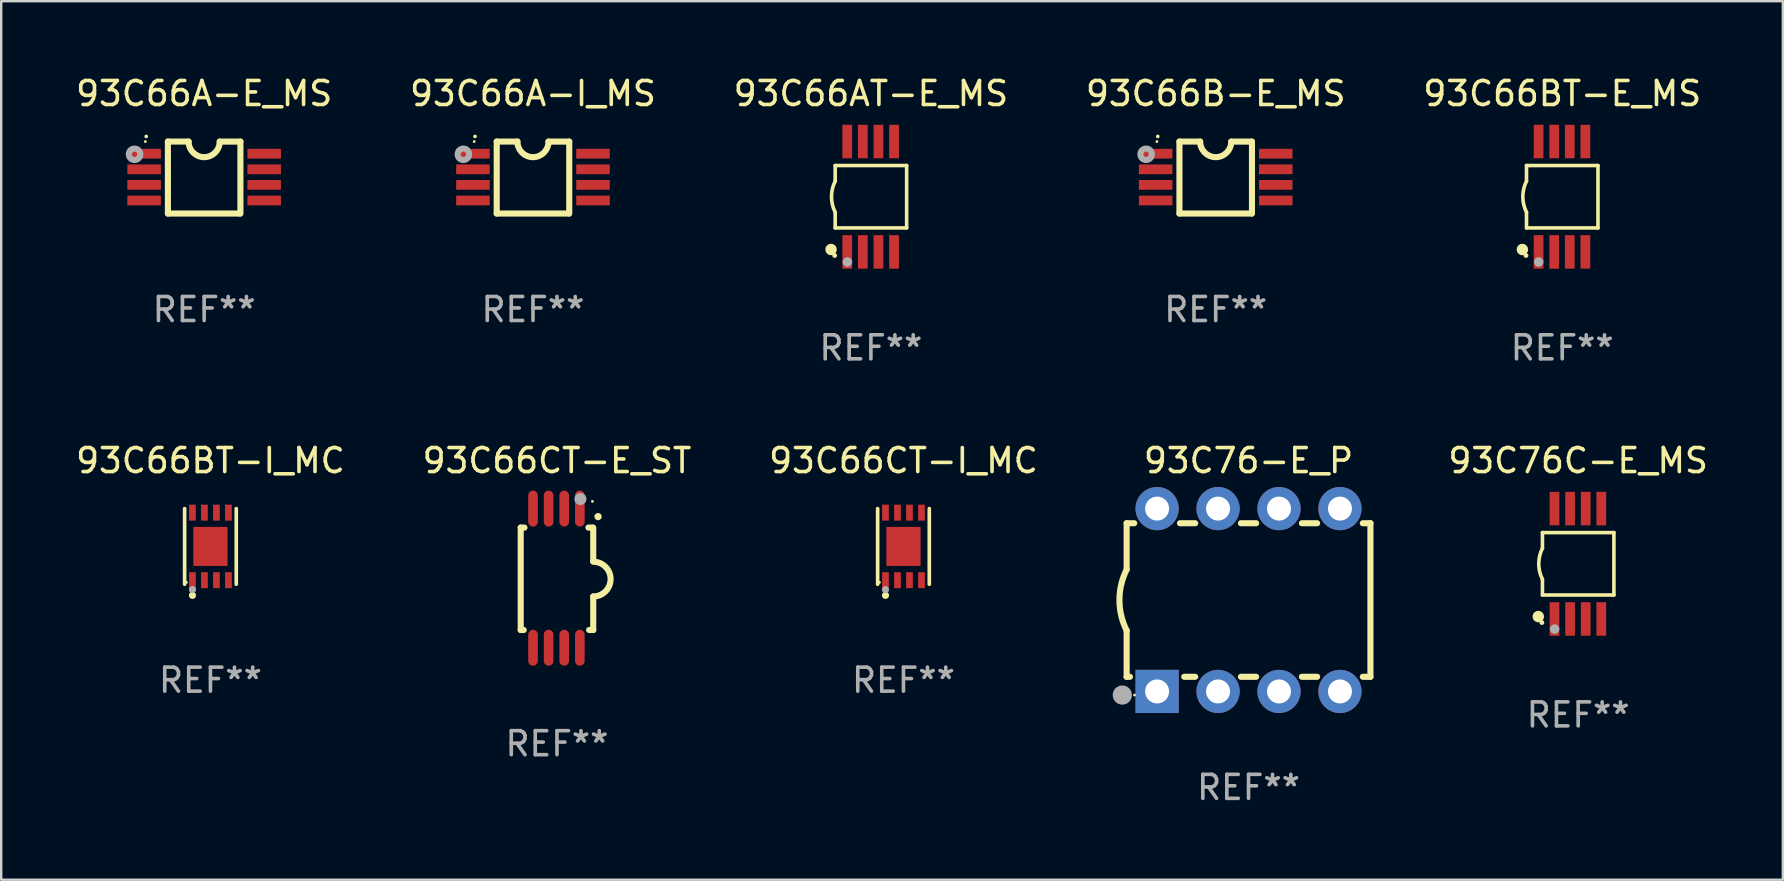
<source format=kicad_pcb>
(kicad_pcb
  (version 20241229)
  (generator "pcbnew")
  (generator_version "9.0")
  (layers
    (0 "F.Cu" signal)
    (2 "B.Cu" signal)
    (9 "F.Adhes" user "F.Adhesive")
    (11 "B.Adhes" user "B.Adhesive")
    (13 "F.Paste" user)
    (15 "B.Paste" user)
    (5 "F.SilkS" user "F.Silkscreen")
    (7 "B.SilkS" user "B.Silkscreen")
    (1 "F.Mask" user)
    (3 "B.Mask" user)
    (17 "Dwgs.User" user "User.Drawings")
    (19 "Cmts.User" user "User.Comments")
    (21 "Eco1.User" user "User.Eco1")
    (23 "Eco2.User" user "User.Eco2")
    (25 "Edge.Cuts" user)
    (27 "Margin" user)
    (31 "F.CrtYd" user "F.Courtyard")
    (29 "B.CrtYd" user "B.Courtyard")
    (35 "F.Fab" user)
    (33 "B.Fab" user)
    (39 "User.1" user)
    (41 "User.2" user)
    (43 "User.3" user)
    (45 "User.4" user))
  (footprint "93C76-E_P"
    (layer "F.Cu")
    (at 48.981 21.955)
    (property "Reference" "93C76-E_P" (at 0 -5.81 0) (layer "F.SilkS") (effects (font (size 1 1) (thickness 0.15))))
    (attr through_hole)
    (fp_line (start -5.08 -3.2) (end -4.762 -3.2) (stroke (width 0.254) (type solid)) (layer "F.SilkS"))
    (fp_line (start -5.08 -1.27) (end -5.08 -3.2) (stroke (width 0.254) (type solid)) (layer "F.SilkS"))
    (fp_line (start -5.08 3.2) (end -5.08 1.27) (stroke (width 0.254) (type solid)) (layer "F.SilkS"))
    (fp_line (start -5.08 3.2) (end -4.941 3.2) (stroke (width 0.254) (type solid)) (layer "F.SilkS"))
    (fp_line (start -2.858 -3.2) (end -2.222 -3.2) (stroke (width 0.254) (type solid)) (layer "F.SilkS"))
    (fp_line (start -2.679 3.2) (end -2.222 3.2) (stroke (width 0.254) (type solid)) (layer "F.SilkS"))
    (fp_line (start -0.318 -3.2) (end 0.318 -3.2) (stroke (width 0.254) (type solid)) (layer "F.SilkS"))
    (fp_line (start -0.318 3.2) (end 0.318 3.2) (stroke (width 0.254) (type solid)) (layer "F.SilkS"))
    (fp_line (start 2.222 -3.2) (end 2.858 -3.2) (stroke (width 0.254) (type solid)) (layer "F.SilkS"))
    (fp_line (start 2.222 3.2) (end 2.858 3.2) (stroke (width 0.254) (type solid)) (layer "F.SilkS"))
    (fp_line (start 4.762 -3.2) (end 5.08 -3.2) (stroke (width 0.254) (type solid)) (layer "F.SilkS"))
    (fp_line (start 4.762 3.2) (end 5.08 3.2) (stroke (width 0.254) (type solid)) (layer "F.SilkS"))
    (fp_line (start 5.08 3.2) (end 5.08 -3.2) (stroke (width 0.254) (type solid)) (layer "F.SilkS"))
    (fp_arc (start -5.080011 1.270002) (mid -5.379818 -0.000001) (end -5.08001 -1.270003) (stroke (width 0.254001) (type solid)) (layer "F.SilkS"))
    (fp_circle (center -4.75 3.96) (end -4.72 3.96) (stroke (width 0.06) (type solid)) (fill no) (layer "F.SilkS"))
    (fp_circle (center -5.26 3.96) (end -5.06 3.96) (stroke (width 0.4) (type solid)) (fill no) (layer "F.Fab"))
    (fp_text user "REF**" (at 0 7.81 0) (layer "F.Fab") (effects (font (size 1 1) (thickness 0.15))))
    (pad "1" thru_hole rect (at -3.81 3.81) (size 1.8 1.8) (drill 1) (layers "*.Cu" "*.Mask"))
    (pad "2" thru_hole circle (at -1.27 3.81) (size 1.8 1.8) (drill 1) (layers "*.Cu" "*.Mask"))
    (pad "3" thru_hole circle (at 1.27 3.81) (size 1.8 1.8) (drill 1) (layers "*.Cu" "*.Mask"))
    (pad "4" thru_hole circle (at 3.81 3.81) (size 1.8 1.8) (drill 1) (layers "*.Cu" "*.Mask"))
    (pad "5" thru_hole circle (at 3.81 -3.81) (size 1.8 1.8) (drill 1) (layers "*.Cu" "*.Mask"))
    (pad "6" thru_hole circle (at 1.27 -3.81) (size 1.8 1.8) (drill 1) (layers "*.Cu" "*.Mask"))
    (pad "7" thru_hole circle (at -1.27 -3.81) (size 1.8 1.8) (drill 1) (layers "*.Cu" "*.Mask"))
    (pad "8" thru_hole circle (at -3.81 -3.81) (size 1.8 1.8) (drill 1) (layers "*.Cu" "*.Mask")))
  (footprint "93C66BT-E_MS"
    (layer "F.Cu")
    (at 62.054 5.148)
    (property "Reference" "93C66BT-E_MS" (at 0 -4.3 0) (layer "F.SilkS") (effects (font (size 1 1) (thickness 0.15))))
    (attr through_hole)
    (fp_line (start -1.489 -1.3) (end -1.489 -0.648) (stroke (width 0.15) (type solid)) (layer "F.SilkS"))
    (fp_line (start -1.489 0.648) (end -1.489 1.3) (stroke (width 0.15) (type solid)) (layer "F.SilkS"))
    (fp_line (start -1.489 1.3) (end 1.489 1.3) (stroke (width 0.15) (type solid)) (layer "F.SilkS"))
    (fp_line (start 1.489 -1.3) (end -1.489 -1.3) (stroke (width 0.15) (type solid)) (layer "F.SilkS"))
    (fp_line (start 1.489 1.3) (end 1.489 -1.3) (stroke (width 0.15) (type solid)) (layer "F.SilkS"))
    (fp_arc (start -1.489205 0.647702) (mid -1.642107 0) (end -1.489205 -0.647701) (stroke (width 0.150013) (type solid)) (layer "F.SilkS"))
    (fp_circle (center -1.661 2.2) (end -1.541 2.2) (stroke (width 0.24) (type solid)) (fill no) (layer "F.SilkS"))
    (fp_circle (center -1.511 2.45) (end -1.461 2.45) (stroke (width 0.1) (type solid)) (fill no) (layer "F.SilkS"))
    (fp_circle (center -0.981 2.72) (end -0.881 2.72) (stroke (width 0.2) (type solid)) (fill no) (layer "F.Fab"))
    (fp_text user "REF**" (at 0 6.3 0) (layer "F.Fab") (effects (font (size 1 1) (thickness 0.15))))
    (pad "1" smd rect (at -0.986 2.3) (size 0.406 1.397) (layers "F.Cu" "F.Mask" "F.Paste"))
    (pad "2" smd rect (at -0.336 2.3) (size 0.406 1.397) (layers "F.Cu" "F.Mask" "F.Paste"))
    (pad "3" smd rect (at 0.314 2.3) (size 0.406 1.397) (layers "F.Cu" "F.Mask" "F.Paste"))
    (pad "4" smd rect (at 0.964 2.3) (size 0.406 1.397) (layers "F.Cu" "F.Mask" "F.Paste"))
    (pad "5" smd rect (at 0.964 -2.3) (size 0.406 1.397) (layers "F.Cu" "F.Mask" "F.Paste"))
    (pad "6" smd rect (at 0.314 -2.3) (size 0.406 1.397) (layers "F.Cu" "F.Mask" "F.Paste"))
    (pad "7" smd rect (at -0.336 -2.3) (size 0.406 1.397) (layers "F.Cu" "F.Mask" "F.Paste"))
    (pad "8" smd rect (at -0.986 -2.3) (size 0.406 1.397) (layers "F.Cu" "F.Mask" "F.Paste")))
  (footprint "93C66A-I_MS"
    (layer "F.Cu")
    (at 19.161 4.35)
    (property "Reference" "93C66A-I_MS" (at 0 -3.501 0) (layer "F.SilkS") (effects (font (size 1 1) (thickness 0.15))))
    (attr through_hole)
    (fp_line (start -1.511 -1.501) (end -1.511 1.499) (stroke (width 0.254) (type solid)) (layer "F.SilkS"))
    (fp_line (start -1.511 -1.501) (end -0.648 -1.501) (stroke (width 0.254) (type solid)) (layer "F.SilkS"))
    (fp_line (start -1.511 1.499) (end 1.489 1.499) (stroke (width 0.254) (type solid)) (layer "F.SilkS"))
    (fp_line (start 0.648 -1.499) (end 1.511 -1.499) (stroke (width 0.254) (type solid)) (layer "F.SilkS"))
    (fp_line (start 1.511 -1.499) (end 1.511 1.501) (stroke (width 0.254) (type solid)) (layer "F.SilkS"))
    (fp_arc (start -2.41491 -1.713233) (mid -2.414916 -1.714503) (end -2.41491 -1.715773) (stroke (width 0.150013) (type solid)) (layer "F.SilkS"))
    (fp_arc (start 0.647803 -1.498603) (mid 0.000102 -0.850902) (end -0.647599 -1.498603) (stroke (width 0.254001) (type solid)) (layer "F.SilkS"))
    (fp_circle (center -2.45 -1.501) (end -2.42 -1.501) (stroke (width 0.06) (type solid)) (fill no) (layer "F.SilkS"))
    (fp_circle (center -2.9 -0.97) (end -2.788 -0.97) (stroke (width 0.254) (type solid)) (fill no) (layer "F.Fab"))
    (fp_text user "REF**" (at 0 5.501 0) (layer "F.Fab") (effects (font (size 1 1) (thickness 0.15))))
    (pad "1" smd rect (at -2.502 -0.995) (size 1.397 0.406) (layers "F.Cu" "F.Mask" "F.Paste"))
    (pad "2" smd rect (at -2.502 -0.345) (size 1.397 0.406) (layers "F.Cu" "F.Mask" "F.Paste"))
    (pad "3" smd rect (at -2.502 0.305) (size 1.397 0.406) (layers "F.Cu" "F.Mask" "F.Paste"))
    (pad "4" smd rect (at -2.502 0.955) (size 1.397 0.406) (layers "F.Cu" "F.Mask" "F.Paste"))
    (pad "5" smd rect (at 2.502 0.955) (size 1.397 0.406) (layers "F.Cu" "F.Mask" "F.Paste"))
    (pad "6" smd rect (at 2.502 0.305) (size 1.397 0.406) (layers "F.Cu" "F.Mask" "F.Paste"))
    (pad "7" smd rect (at 2.502 -0.345) (size 1.397 0.406) (layers "F.Cu" "F.Mask" "F.Paste"))
    (pad "8" smd rect (at 2.502 -0.995) (size 1.397 0.406) (layers "F.Cu" "F.Mask" "F.Paste")))
  (footprint "93C66CT-I_MC"
    (layer "F.Cu")
    (at 34.601 19.721)
    (property "Reference" "93C66CT-I_MC" (at 0 -3.576 0) (layer "F.SilkS") (effects (font (size 1 1) (thickness 0.15))))
    (attr through_hole)
    (fp_line (start -1.076 1.576) (end -1.076 -1.576) (stroke (width 0.152) (type solid)) (layer "F.SilkS"))
    (fp_line (start 1.076 1.576) (end 1.076 -1.576) (stroke (width 0.152) (type solid)) (layer "F.SilkS"))
    (fp_circle (center -1 1.5) (end -0.97 1.5) (stroke (width 0.06) (type solid)) (fill no) (layer "F.SilkS"))
    (fp_circle (center -0.75 2.04) (end -0.675 2.04) (stroke (width 0.15) (type solid)) (fill no) (layer "F.SilkS"))
    (fp_circle (center -0.75 1.8) (end -0.675 1.8) (stroke (width 0.15) (type solid)) (fill no) (layer "F.Fab"))
    (fp_text user "REF**" (at 0 5.576 0) (layer "F.Fab") (effects (font (size 1 1) (thickness 0.15))))
    (pad "1" smd rect (at -0.75 1.407) (size 0.28 0.665) (layers "F.Cu" "F.Mask" "F.Paste"))
    (pad "2" smd rect (at -0.25 1.407) (size 0.28 0.665) (layers "F.Cu" "F.Mask" "F.Paste"))
    (pad "3" smd rect (at 0.25 1.407) (size 0.28 0.665) (layers "F.Cu" "F.Mask" "F.Paste"))
    (pad "4" smd rect (at 0.75 1.407) (size 0.28 0.665) (layers "F.Cu" "F.Mask" "F.Paste"))
    (pad "5" smd rect (at 0.75 -1.407) (size 0.28 0.665) (layers "F.Cu" "F.Mask" "F.Paste"))
    (pad "6" smd rect (at 0.25 -1.407) (size 0.28 0.665) (layers "F.Cu" "F.Mask" "F.Paste"))
    (pad "7" smd rect (at -0.25 -1.407) (size 0.28 0.665) (layers "F.Cu" "F.Mask" "F.Paste"))
    (pad "8" smd rect (at -0.75 -1.407) (size 0.28 0.665) (layers "F.Cu" "F.Mask" "F.Paste"))
    (pad "9" smd rect (at 0 0) (size 1.425 1.625) (layers "F.Cu" "F.Mask" "F.Paste")))
  (footprint "93C76C-E_MS"
    (layer "F.Cu")
    (at 62.718 20.445)
    (property "Reference" "93C76C-E_MS" (at 0 -4.3 0) (layer "F.SilkS") (effects (font (size 1 1) (thickness 0.15))))
    (attr through_hole)
    (fp_line (start -1.489 -1.3) (end -1.489 -0.648) (stroke (width 0.15) (type solid)) (layer "F.SilkS"))
    (fp_line (start -1.489 0.648) (end -1.489 1.3) (stroke (width 0.15) (type solid)) (layer "F.SilkS"))
    (fp_line (start -1.489 1.3) (end 1.489 1.3) (stroke (width 0.15) (type solid)) (layer "F.SilkS"))
    (fp_line (start 1.489 -1.3) (end -1.489 -1.3) (stroke (width 0.15) (type solid)) (layer "F.SilkS"))
    (fp_line (start 1.489 1.3) (end 1.489 -1.3) (stroke (width 0.15) (type solid)) (layer "F.SilkS"))
    (fp_arc (start -1.489205 0.647702) (mid -1.642107 0) (end -1.489205 -0.647701) (stroke (width 0.150013) (type solid)) (layer "F.SilkS"))
    (fp_circle (center -1.661 2.2) (end -1.541 2.2) (stroke (width 0.24) (type solid)) (fill no) (layer "F.SilkS"))
    (fp_circle (center -1.511 2.45) (end -1.461 2.45) (stroke (width 0.1) (type solid)) (fill no) (layer "F.SilkS"))
    (fp_circle (center -0.981 2.72) (end -0.881 2.72) (stroke (width 0.2) (type solid)) (fill no) (layer "F.Fab"))
    (fp_text user "REF**" (at 0 6.3 0) (layer "F.Fab") (effects (font (size 1 1) (thickness 0.15))))
    (pad "1" smd rect (at -0.986 2.3) (size 0.406 1.397) (layers "F.Cu" "F.Mask" "F.Paste"))
    (pad "2" smd rect (at -0.336 2.3) (size 0.406 1.397) (layers "F.Cu" "F.Mask" "F.Paste"))
    (pad "3" smd rect (at 0.314 2.3) (size 0.406 1.397) (layers "F.Cu" "F.Mask" "F.Paste"))
    (pad "4" smd rect (at 0.964 2.3) (size 0.406 1.397) (layers "F.Cu" "F.Mask" "F.Paste"))
    (pad "5" smd rect (at 0.964 -2.3) (size 0.406 1.397) (layers "F.Cu" "F.Mask" "F.Paste"))
    (pad "6" smd rect (at 0.314 -2.3) (size 0.406 1.397) (layers "F.Cu" "F.Mask" "F.Paste"))
    (pad "7" smd rect (at -0.336 -2.3) (size 0.406 1.397) (layers "F.Cu" "F.Mask" "F.Paste"))
    (pad "8" smd rect (at -0.986 -2.3) (size 0.406 1.397) (layers "F.Cu" "F.Mask" "F.Paste")))
  (footprint "93C66A-E_MS"
    (layer "F.Cu")
    (at 5.458 4.35)
    (property "Reference" "93C66A-E_MS" (at 0 -3.501 0) (layer "F.SilkS") (effects (font (size 1 1) (thickness 0.15))))
    (attr through_hole)
    (fp_line (start -1.511 -1.501) (end -1.511 1.499) (stroke (width 0.254) (type solid)) (layer "F.SilkS"))
    (fp_line (start -1.511 -1.501) (end -0.648 -1.501) (stroke (width 0.254) (type solid)) (layer "F.SilkS"))
    (fp_line (start -1.511 1.499) (end 1.489 1.499) (stroke (width 0.254) (type solid)) (layer "F.SilkS"))
    (fp_line (start 0.648 -1.499) (end 1.511 -1.499) (stroke (width 0.254) (type solid)) (layer "F.SilkS"))
    (fp_line (start 1.511 -1.499) (end 1.511 1.501) (stroke (width 0.254) (type solid)) (layer "F.SilkS"))
    (fp_arc (start -2.41491 -1.713233) (mid -2.414916 -1.714503) (end -2.41491 -1.715773) (stroke (width 0.150013) (type solid)) (layer "F.SilkS"))
    (fp_arc (start 0.647803 -1.498603) (mid 0.000102 -0.850902) (end -0.647599 -1.498603) (stroke (width 0.254001) (type solid)) (layer "F.SilkS"))
    (fp_circle (center -2.45 -1.501) (end -2.42 -1.501) (stroke (width 0.06) (type solid)) (fill no) (layer "F.SilkS"))
    (fp_circle (center -2.9 -0.97) (end -2.788 -0.97) (stroke (width 0.254) (type solid)) (fill no) (layer "F.Fab"))
    (fp_text user "REF**" (at 0 5.501 0) (layer "F.Fab") (effects (font (size 1 1) (thickness 0.15))))
    (pad "1" smd rect (at -2.502 -0.995) (size 1.397 0.406) (layers "F.Cu" "F.Mask" "F.Paste"))
    (pad "2" smd rect (at -2.502 -0.345) (size 1.397 0.406) (layers "F.Cu" "F.Mask" "F.Paste"))
    (pad "3" smd rect (at -2.502 0.305) (size 1.397 0.406) (layers "F.Cu" "F.Mask" "F.Paste"))
    (pad "4" smd rect (at -2.502 0.955) (size 1.397 0.406) (layers "F.Cu" "F.Mask" "F.Paste"))
    (pad "5" smd rect (at 2.502 0.955) (size 1.397 0.406) (layers "F.Cu" "F.Mask" "F.Paste"))
    (pad "6" smd rect (at 2.502 0.305) (size 1.397 0.406) (layers "F.Cu" "F.Mask" "F.Paste"))
    (pad "7" smd rect (at 2.502 -0.345) (size 1.397 0.406) (layers "F.Cu" "F.Mask" "F.Paste"))
    (pad "8" smd rect (at 2.502 -0.995) (size 1.397 0.406) (layers "F.Cu" "F.Mask" "F.Paste")))
  (footprint "93C66B-E_MS"
    (layer "F.Cu")
    (at 47.613 4.35)
    (property "Reference" "93C66B-E_MS" (at 0 -3.501 0) (layer "F.SilkS") (effects (font (size 1 1) (thickness 0.15))))
    (attr through_hole)
    (fp_line (start -1.511 -1.501) (end -1.511 1.499) (stroke (width 0.254) (type solid)) (layer "F.SilkS"))
    (fp_line (start -1.511 -1.501) (end -0.648 -1.501) (stroke (width 0.254) (type solid)) (layer "F.SilkS"))
    (fp_line (start -1.511 1.499) (end 1.489 1.499) (stroke (width 0.254) (type solid)) (layer "F.SilkS"))
    (fp_line (start 0.648 -1.499) (end 1.511 -1.499) (stroke (width 0.254) (type solid)) (layer "F.SilkS"))
    (fp_line (start 1.511 -1.499) (end 1.511 1.501) (stroke (width 0.254) (type solid)) (layer "F.SilkS"))
    (fp_arc (start -2.41491 -1.713233) (mid -2.414916 -1.714503) (end -2.41491 -1.715773) (stroke (width 0.150013) (type solid)) (layer "F.SilkS"))
    (fp_arc (start 0.647803 -1.498603) (mid 0.000102 -0.850902) (end -0.647599 -1.498603) (stroke (width 0.254001) (type solid)) (layer "F.SilkS"))
    (fp_circle (center -2.45 -1.501) (end -2.42 -1.501) (stroke (width 0.06) (type solid)) (fill no) (layer "F.SilkS"))
    (fp_circle (center -2.9 -0.97) (end -2.788 -0.97) (stroke (width 0.254) (type solid)) (fill no) (layer "F.Fab"))
    (fp_text user "REF**" (at 0 5.501 0) (layer "F.Fab") (effects (font (size 1 1) (thickness 0.15))))
    (pad "1" smd rect (at -2.502 -0.995) (size 1.397 0.406) (layers "F.Cu" "F.Mask" "F.Paste"))
    (pad "2" smd rect (at -2.502 -0.345) (size 1.397 0.406) (layers "F.Cu" "F.Mask" "F.Paste"))
    (pad "3" smd rect (at -2.502 0.305) (size 1.397 0.406) (layers "F.Cu" "F.Mask" "F.Paste"))
    (pad "4" smd rect (at -2.502 0.955) (size 1.397 0.406) (layers "F.Cu" "F.Mask" "F.Paste"))
    (pad "5" smd rect (at 2.502 0.955) (size 1.397 0.406) (layers "F.Cu" "F.Mask" "F.Paste"))
    (pad "6" smd rect (at 2.502 0.305) (size 1.397 0.406) (layers "F.Cu" "F.Mask" "F.Paste"))
    (pad "7" smd rect (at 2.502 -0.345) (size 1.397 0.406) (layers "F.Cu" "F.Mask" "F.Paste"))
    (pad "8" smd rect (at 2.502 -0.995) (size 1.397 0.406) (layers "F.Cu" "F.Mask" "F.Paste")))
  (footprint "93C66AT-E_MS"
    (layer "F.Cu")
    (at 33.244 5.148)
    (property "Reference" "93C66AT-E_MS" (at 0 -4.3 0) (layer "F.SilkS") (effects (font (size 1 1) (thickness 0.15))))
    (attr through_hole)
    (fp_line (start -1.489 -1.3) (end -1.489 -0.648) (stroke (width 0.15) (type solid)) (layer "F.SilkS"))
    (fp_line (start -1.489 0.648) (end -1.489 1.3) (stroke (width 0.15) (type solid)) (layer "F.SilkS"))
    (fp_line (start -1.489 1.3) (end 1.489 1.3) (stroke (width 0.15) (type solid)) (layer "F.SilkS"))
    (fp_line (start 1.489 -1.3) (end -1.489 -1.3) (stroke (width 0.15) (type solid)) (layer "F.SilkS"))
    (fp_line (start 1.489 1.3) (end 1.489 -1.3) (stroke (width 0.15) (type solid)) (layer "F.SilkS"))
    (fp_arc (start -1.489205 0.647702) (mid -1.642107 0) (end -1.489205 -0.647701) (stroke (width 0.150013) (type solid)) (layer "F.SilkS"))
    (fp_circle (center -1.661 2.2) (end -1.541 2.2) (stroke (width 0.24) (type solid)) (fill no) (layer "F.SilkS"))
    (fp_circle (center -1.511 2.45) (end -1.461 2.45) (stroke (width 0.1) (type solid)) (fill no) (layer "F.SilkS"))
    (fp_circle (center -0.981 2.72) (end -0.881 2.72) (stroke (width 0.2) (type solid)) (fill no) (layer "F.Fab"))
    (fp_text user "REF**" (at 0 6.3 0) (layer "F.Fab") (effects (font (size 1 1) (thickness 0.15))))
    (pad "1" smd rect (at -0.986 2.3) (size 0.406 1.397) (layers "F.Cu" "F.Mask" "F.Paste"))
    (pad "2" smd rect (at -0.336 2.3) (size 0.406 1.397) (layers "F.Cu" "F.Mask" "F.Paste"))
    (pad "3" smd rect (at 0.314 2.3) (size 0.406 1.397) (layers "F.Cu" "F.Mask" "F.Paste"))
    (pad "4" smd rect (at 0.964 2.3) (size 0.406 1.397) (layers "F.Cu" "F.Mask" "F.Paste"))
    (pad "5" smd rect (at 0.964 -2.3) (size 0.406 1.397) (layers "F.Cu" "F.Mask" "F.Paste"))
    (pad "6" smd rect (at 0.314 -2.3) (size 0.406 1.397) (layers "F.Cu" "F.Mask" "F.Paste"))
    (pad "7" smd rect (at -0.336 -2.3) (size 0.406 1.397) (layers "F.Cu" "F.Mask" "F.Paste"))
    (pad "8" smd rect (at -0.986 -2.3) (size 0.406 1.397) (layers "F.Cu" "F.Mask" "F.Paste")))
  (footprint "93C66BT-I_MC"
    (layer "F.Cu")
    (at 5.72 19.721)
    (property "Reference" "93C66BT-I_MC" (at 0 -3.576 0) (layer "F.SilkS") (effects (font (size 1 1) (thickness 0.15))))
    (attr through_hole)
    (fp_line (start -1.076 1.576) (end -1.076 -1.576) (stroke (width 0.152) (type solid)) (layer "F.SilkS"))
    (fp_line (start 1.076 1.576) (end 1.076 -1.576) (stroke (width 0.152) (type solid)) (layer "F.SilkS"))
    (fp_circle (center -1 1.5) (end -0.97 1.5) (stroke (width 0.06) (type solid)) (fill no) (layer "F.SilkS"))
    (fp_circle (center -0.75 2.04) (end -0.675 2.04) (stroke (width 0.15) (type solid)) (fill no) (layer "F.SilkS"))
    (fp_circle (center -0.75 1.8) (end -0.675 1.8) (stroke (width 0.15) (type solid)) (fill no) (layer "F.Fab"))
    (fp_text user "REF**" (at 0 5.576 0) (layer "F.Fab") (effects (font (size 1 1) (thickness 0.15))))
    (pad "1" smd rect (at -0.75 1.407) (size 0.28 0.665) (layers "F.Cu" "F.Mask" "F.Paste"))
    (pad "2" smd rect (at -0.25 1.407) (size 0.28 0.665) (layers "F.Cu" "F.Mask" "F.Paste"))
    (pad "3" smd rect (at 0.25 1.407) (size 0.28 0.665) (layers "F.Cu" "F.Mask" "F.Paste"))
    (pad "4" smd rect (at 0.75 1.407) (size 0.28 0.665) (layers "F.Cu" "F.Mask" "F.Paste"))
    (pad "5" smd rect (at 0.75 -1.407) (size 0.28 0.665) (layers "F.Cu" "F.Mask" "F.Paste"))
    (pad "6" smd rect (at 0.25 -1.407) (size 0.28 0.665) (layers "F.Cu" "F.Mask" "F.Paste"))
    (pad "7" smd rect (at -0.25 -1.407) (size 0.28 0.665) (layers "F.Cu" "F.Mask" "F.Paste"))
    (pad "8" smd rect (at -0.75 -1.407) (size 0.28 0.665) (layers "F.Cu" "F.Mask" "F.Paste"))
    (pad "9" smd rect (at 0 0) (size 1.425 1.625) (layers "F.Cu" "F.Mask" "F.Paste")))
  (footprint "93C66CT-E_ST"
    (layer "F.Cu")
    (at 20.161 21.045)
    (property "Reference" "93C66CT-E_ST" (at 0 -4.9 0) (layer "F.SilkS") (effects (font (size 1 1) (thickness 0.15))))
    (attr through_hole)
    (fp_line (start -1.511 -2.108) (end -1.355 -2.108) (stroke (width 0.254) (type solid)) (layer "F.SilkS"))
    (fp_line (start -1.511 2.159) (end -1.511 -2.108) (stroke (width 0.254) (type solid)) (layer "F.SilkS"))
    (fp_line (start -1.384 2.159) (end -1.511 2.159) (stroke (width 0.254) (type solid)) (layer "F.SilkS"))
    (fp_line (start 1.309 -2.108) (end 1.486 -2.108) (stroke (width 0.254) (type solid)) (layer "F.SilkS"))
    (fp_line (start 1.511 -2.108) (end 1.511 -0.711) (stroke (width 0.254) (type solid)) (layer "F.SilkS"))
    (fp_line (start 1.511 0.762) (end 1.511 2.159) (stroke (width 0.254) (type solid)) (layer "F.SilkS"))
    (fp_line (start 1.511 2.159) (end 1.339 2.159) (stroke (width 0.254) (type solid)) (layer "F.SilkS"))
    (fp_arc (start 1.511316 -0.685802) (mid 2.235218 0.0381) (end 1.511316 0.762002) (stroke (width 0.254001) (type solid)) (layer "F.SilkS"))
    (fp_arc (start 1.711976 -2.565405) (mid 1.713246 -2.56541) (end 1.714516 -2.565405) (stroke (width 0.3) (type solid)) (layer "F.SilkS"))
    (fp_circle (center 1.477 -3.2) (end 1.507 -3.2) (stroke (width 0.06) (type solid)) (fill no) (layer "F.SilkS"))
    (fp_circle (center 0.977 -3.3) (end 1.104 -3.3) (stroke (width 0.254) (type solid)) (fill no) (layer "F.Fab"))
    (fp_text user "REF**" (at 0 6.9 0) (layer "F.Fab") (effects (font (size 1 1) (thickness 0.15))))
    (pad "1" smd oval (at 0.953 -2.9) (size 0.4 1.5) (layers "F.Cu" "F.Mask" "F.Paste"))
    (pad "2" smd oval (at 0.302 -2.9) (size 0.4 1.5) (layers "F.Cu" "F.Mask" "F.Paste"))
    (pad "3" smd oval (at -0.348 -2.9) (size 0.4 1.5) (layers "F.Cu" "F.Mask" "F.Paste"))
    (pad "4" smd oval (at -0.998 -2.9) (size 0.4 1.5) (layers "F.Cu" "F.Mask" "F.Paste"))
    (pad "5" smd oval (at -0.998 2.9) (size 0.4 1.5) (layers "F.Cu" "F.Mask" "F.Paste"))
    (pad "6" smd oval (at -0.348 2.9) (size 0.4 1.5) (layers "F.Cu" "F.Mask" "F.Paste"))
    (pad "7" smd oval (at 0.302 2.9) (size 0.4 1.5) (layers "F.Cu" "F.Mask" "F.Paste"))
    (pad "8" smd oval (at 0.953 2.9) (size 0.4 1.5) (layers "F.Cu" "F.Mask" "F.Paste")))
  (gr_rect
    (start -3 -3)
    (end 71.248 33.613)
    (stroke (width 0.1) (type default))
    (fill no)
    (layer "Edge.Cuts")))
</source>
